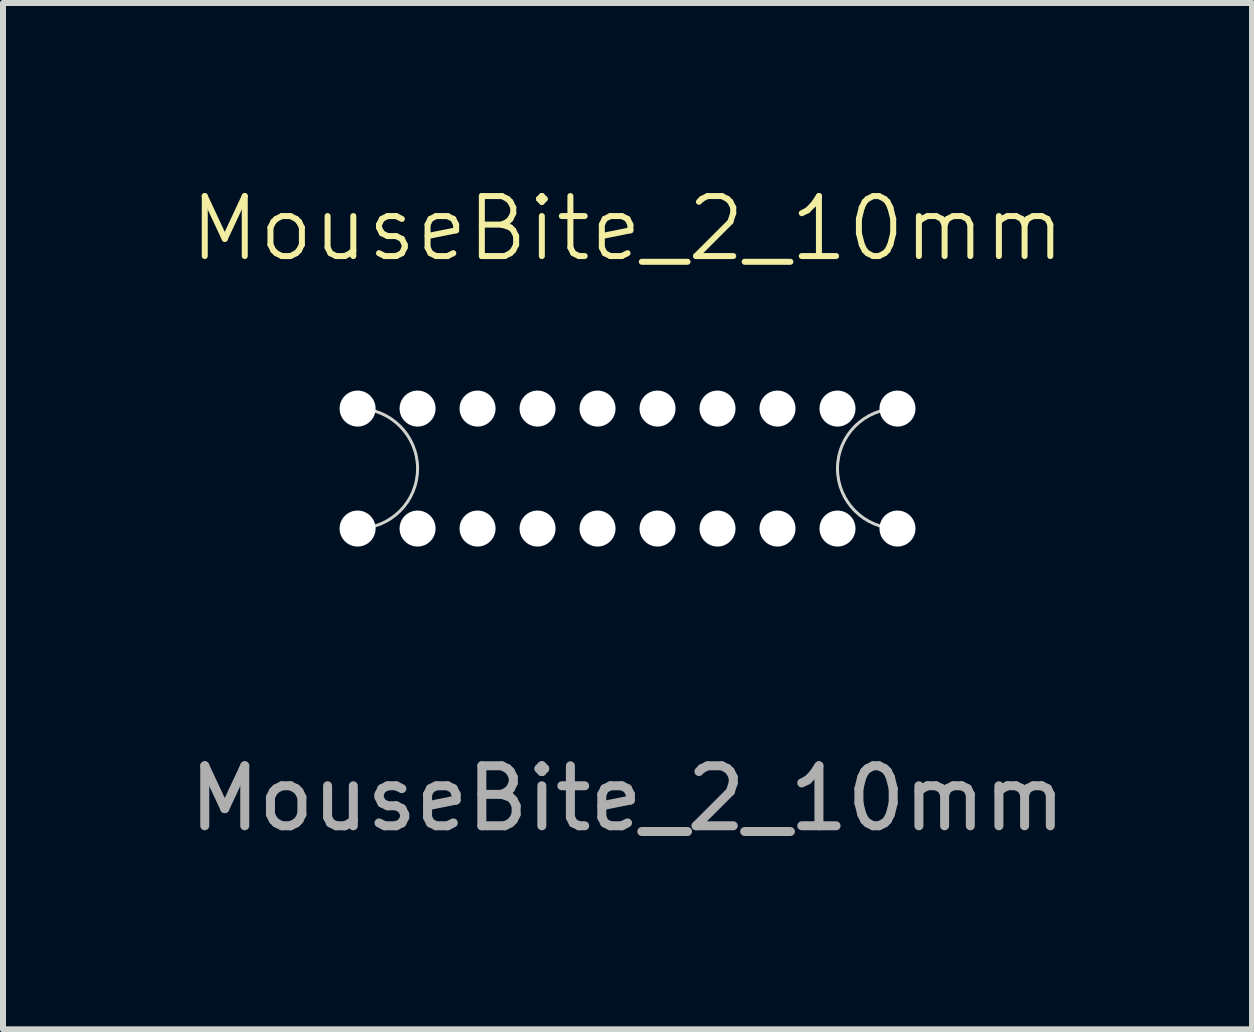
<source format=kicad_pcb>
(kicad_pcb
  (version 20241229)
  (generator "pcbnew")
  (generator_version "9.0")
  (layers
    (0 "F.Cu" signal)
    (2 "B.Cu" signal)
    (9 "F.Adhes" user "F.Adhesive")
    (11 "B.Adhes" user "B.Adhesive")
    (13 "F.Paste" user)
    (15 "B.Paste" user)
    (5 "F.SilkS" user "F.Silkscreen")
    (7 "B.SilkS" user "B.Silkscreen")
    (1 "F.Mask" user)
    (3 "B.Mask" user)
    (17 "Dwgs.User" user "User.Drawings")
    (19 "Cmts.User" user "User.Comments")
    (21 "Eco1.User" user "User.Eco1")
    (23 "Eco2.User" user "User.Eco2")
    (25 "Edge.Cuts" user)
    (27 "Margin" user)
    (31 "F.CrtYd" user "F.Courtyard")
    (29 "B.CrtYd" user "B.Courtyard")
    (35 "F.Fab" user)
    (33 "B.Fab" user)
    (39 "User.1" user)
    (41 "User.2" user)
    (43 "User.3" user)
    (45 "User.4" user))
  (footprint "MouseBite_2_10mm"
    (layer "F.Cu")
    (at 7.411 4.761)
    (property "Reference" "MouseBite_2_10mm" (at 0 -4 0) (unlocked yes) (layer "F.SilkS") (effects (font (size 1 1) (thickness 0.1))))
    (attr through_hole)
    (fp_arc (start -4.5 -1) (mid -3.5 0) (end -4.5 1) (stroke (width 0.05) (type default)) (layer "Edge.Cuts"))
    (fp_arc (start 4.5 1) (mid 3.5 0) (end 4.5 -1) (stroke (width 0.05) (type default)) (layer "Edge.Cuts"))
    (fp_text user "${REFERENCE}" (at 0 5.5 0) (unlocked yes) (layer "F.Fab") (effects (font (size 1 1) (thickness 0.15))))
    (pad "" np_thru_hole circle (at -4.5 -1) (size 0.6 0.6) (drill 0.6) (layers "*.Cu" "*.Mask"))
    (pad "" np_thru_hole circle (at -4.5 1) (size 0.6 0.6) (drill 0.6) (layers "*.Cu" "*.Mask"))
    (pad "" np_thru_hole circle (at -3.5 -1) (size 0.6 0.6) (drill 0.6) (layers "*.Cu" "*.Mask"))
    (pad "" np_thru_hole circle (at -3.5 1) (size 0.6 0.6) (drill 0.6) (layers "*.Cu" "*.Mask"))
    (pad "" np_thru_hole circle (at -2.5 -1) (size 0.6 0.6) (drill 0.6) (layers "*.Cu" "*.Mask"))
    (pad "" np_thru_hole circle (at -2.5 1) (size 0.6 0.6) (drill 0.6) (layers "*.Cu" "*.Mask"))
    (pad "" np_thru_hole circle (at -1.5 -1) (size 0.6 0.6) (drill 0.6) (layers "*.Cu" "*.Mask"))
    (pad "" np_thru_hole circle (at -1.5 1) (size 0.6 0.6) (drill 0.6) (layers "*.Cu" "*.Mask"))
    (pad "" np_thru_hole circle (at -0.5 -1) (size 0.6 0.6) (drill 0.6) (layers "*.Cu" "*.Mask"))
    (pad "" np_thru_hole circle (at -0.5 1) (size 0.6 0.6) (drill 0.6) (layers "*.Cu" "*.Mask"))
    (pad "" np_thru_hole circle (at 0.5 -1) (size 0.6 0.6) (drill 0.6) (layers "*.Cu" "*.Mask"))
    (pad "" np_thru_hole circle (at 0.5 1) (size 0.6 0.6) (drill 0.6) (layers "*.Cu" "*.Mask"))
    (pad "" np_thru_hole circle (at 1.5 -1) (size 0.6 0.6) (drill 0.6) (layers "*.Cu" "*.Mask"))
    (pad "" np_thru_hole circle (at 1.5 1) (size 0.6 0.6) (drill 0.6) (layers "*.Cu" "*.Mask"))
    (pad "" np_thru_hole circle (at 2.5 -1) (size 0.6 0.6) (drill 0.6) (layers "*.Cu" "*.Mask"))
    (pad "" np_thru_hole circle (at 2.5 1) (size 0.6 0.6) (drill 0.6) (layers "*.Cu" "*.Mask"))
    (pad "" np_thru_hole circle (at 3.5 -1) (size 0.6 0.6) (drill 0.6) (layers "*.Cu" "*.Mask"))
    (pad "" np_thru_hole circle (at 3.5 1) (size 0.6 0.6) (drill 0.6) (layers "*.Cu" "*.Mask"))
    (pad "" np_thru_hole circle (at 4.5 -1) (size 0.6 0.6) (drill 0.6) (layers "*.Cu" "*.Mask"))
    (pad "" np_thru_hole circle (at 4.5 1) (size 0.6 0.6) (drill 0.6) (layers "*.Cu" "*.Mask")))
  (gr_rect
    (start -3 -3)
    (end 17.821 14.109)
    (stroke (width 0.1) (type default))
    (fill no)
    (layer "Edge.Cuts")))
</source>
